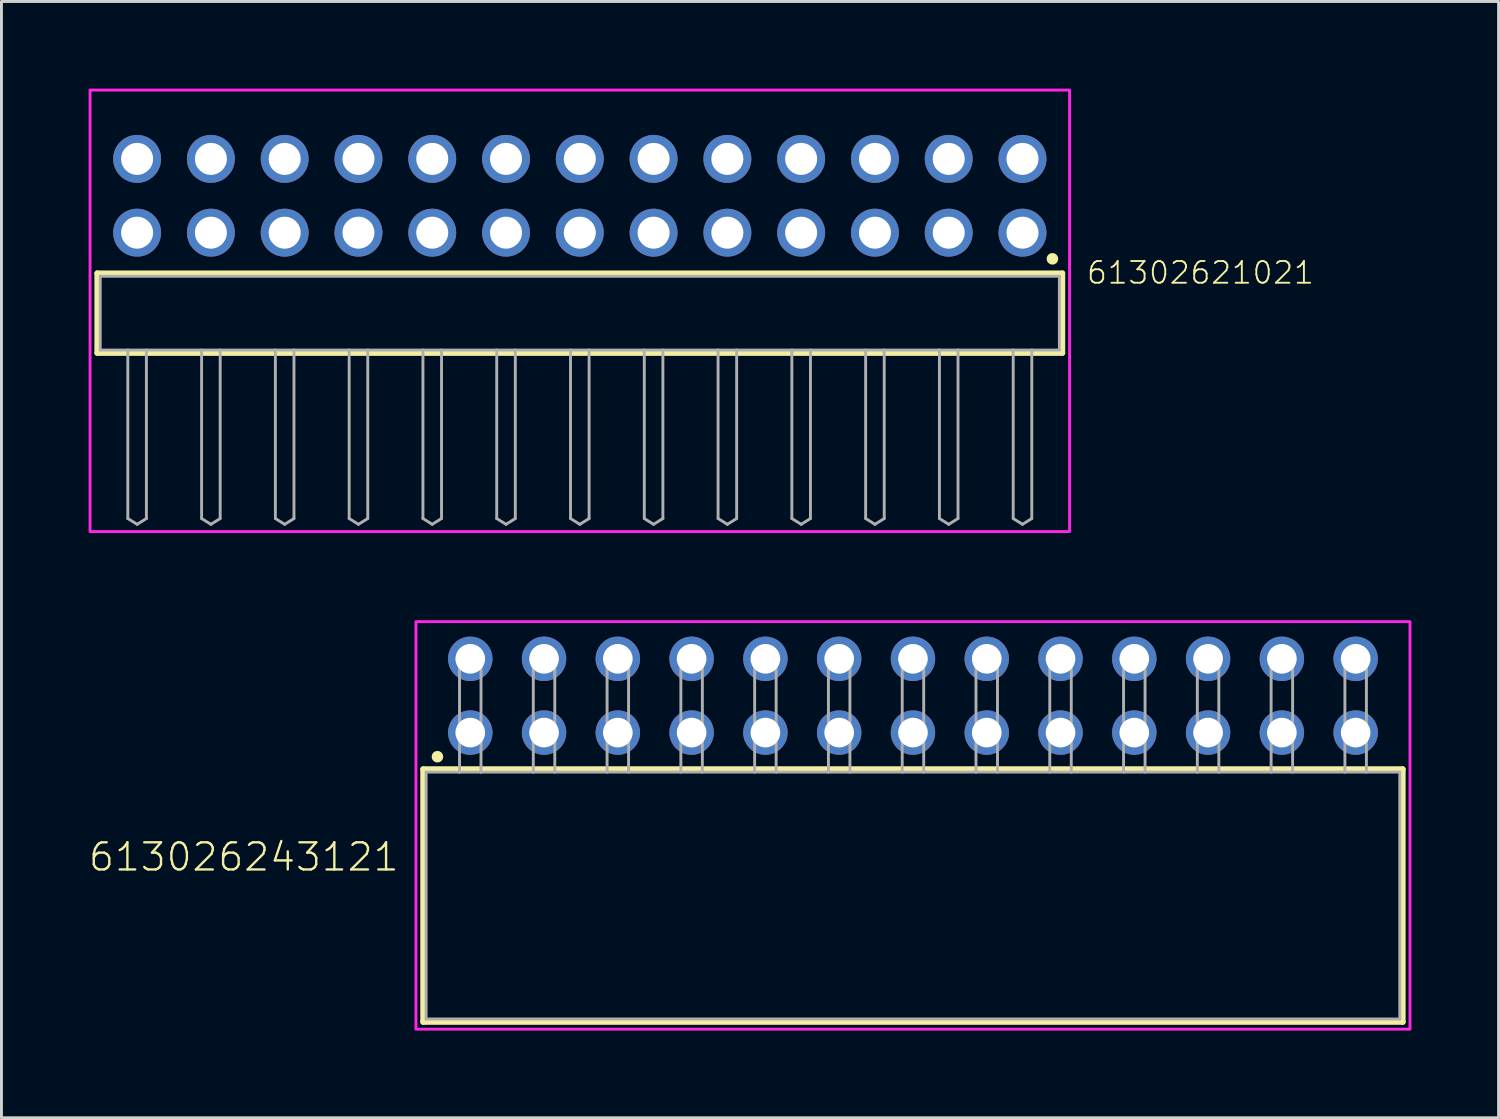
<source format=kicad_pcb>
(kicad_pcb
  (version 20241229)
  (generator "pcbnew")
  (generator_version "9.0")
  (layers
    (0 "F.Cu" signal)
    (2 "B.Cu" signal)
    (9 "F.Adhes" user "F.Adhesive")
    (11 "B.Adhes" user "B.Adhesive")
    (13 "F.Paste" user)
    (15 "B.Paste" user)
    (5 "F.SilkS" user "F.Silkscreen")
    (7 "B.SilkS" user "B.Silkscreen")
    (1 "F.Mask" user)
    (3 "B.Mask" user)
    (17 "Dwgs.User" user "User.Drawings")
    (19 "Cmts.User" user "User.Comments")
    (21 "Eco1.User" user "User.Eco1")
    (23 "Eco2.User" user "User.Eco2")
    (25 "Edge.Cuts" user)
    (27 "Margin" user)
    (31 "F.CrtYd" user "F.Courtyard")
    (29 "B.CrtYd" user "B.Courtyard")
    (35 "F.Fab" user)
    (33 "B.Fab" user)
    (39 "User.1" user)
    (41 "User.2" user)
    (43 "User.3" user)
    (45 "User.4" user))
  (footprint "61302621021"
    (layer "F.Cu")
    (at 16.91 7.73)
    (property "Reference" "61302621021" (at 17.405 -0.952 0) (unlocked yes) (layer "F.SilkS") (effects (font (size 0.748 0.748) (thickness 0.065)) (justify left bottom)))
    (fp_line (start -16.61 -1.37) (end 16.61 -1.37) (stroke (width 0.2) (type solid)) (layer "F.SilkS"))
    (fp_line (start -16.61 1.37) (end -16.61 -1.37) (stroke (width 0.2) (type solid)) (layer "F.SilkS"))
    (fp_line (start 16.61 -1.37) (end 16.61 1.37) (stroke (width 0.2) (type solid)) (layer "F.SilkS"))
    (fp_line (start 16.61 1.37) (end -16.61 1.37) (stroke (width 0.2) (type solid)) (layer "F.SilkS"))
    (fp_circle (center 16.27 -1.87) (end 16.37 -1.87) (stroke (width 0.2) (type solid)) (fill no) (layer "F.SilkS"))
    (fp_poly (pts (xy 16.86 7.52) (xy -16.86 7.52) (xy -16.86 -7.68) (xy 16.86 -7.68)) (stroke (width 0.1) (type default)) (fill no) (layer "F.CrtYd"))
    (fp_line (start -16.51 -1.27) (end 16.51 -1.27) (stroke (width 0.1) (type solid)) (layer "F.Fab"))
    (fp_line (start -16.51 1.27) (end -16.51 -1.27) (stroke (width 0.1) (type solid)) (layer "F.Fab"))
    (fp_line (start -15.56 1.27) (end -15.56 7.07) (stroke (width 0.1) (type solid)) (layer "F.Fab"))
    (fp_line (start -15.56 7.07) (end -15.24 7.27) (stroke (width 0.1) (type solid)) (layer "F.Fab"))
    (fp_line (start -15.24 7.27) (end -14.92 7.07) (stroke (width 0.1) (type solid)) (layer "F.Fab"))
    (fp_line (start -14.92 1.27) (end -14.92 7.07) (stroke (width 0.1) (type solid)) (layer "F.Fab"))
    (fp_line (start -13.02 1.27) (end -13.02 7.07) (stroke (width 0.1) (type solid)) (layer "F.Fab"))
    (fp_line (start -13.02 7.07) (end -12.7 7.27) (stroke (width 0.1) (type solid)) (layer "F.Fab"))
    (fp_line (start -12.7 7.27) (end -12.38 7.07) (stroke (width 0.1) (type solid)) (layer "F.Fab"))
    (fp_line (start -12.38 1.27) (end -12.38 7.07) (stroke (width 0.1) (type solid)) (layer "F.Fab"))
    (fp_line (start -10.48 1.27) (end -10.48 7.07) (stroke (width 0.1) (type solid)) (layer "F.Fab"))
    (fp_line (start -10.48 7.07) (end -10.16 7.27) (stroke (width 0.1) (type solid)) (layer "F.Fab"))
    (fp_line (start -10.16 7.27) (end -9.84 7.07) (stroke (width 0.1) (type solid)) (layer "F.Fab"))
    (fp_line (start -9.84 1.27) (end -9.84 7.07) (stroke (width 0.1) (type solid)) (layer "F.Fab"))
    (fp_line (start -7.94 1.27) (end -7.94 7.07) (stroke (width 0.1) (type solid)) (layer "F.Fab"))
    (fp_line (start -7.94 7.07) (end -7.62 7.27) (stroke (width 0.1) (type solid)) (layer "F.Fab"))
    (fp_line (start -7.62 7.27) (end -7.3 7.07) (stroke (width 0.1) (type solid)) (layer "F.Fab"))
    (fp_line (start -7.3 1.27) (end -7.3 7.07) (stroke (width 0.1) (type solid)) (layer "F.Fab"))
    (fp_line (start -5.4 1.27) (end -5.4 7.07) (stroke (width 0.1) (type solid)) (layer "F.Fab"))
    (fp_line (start -5.4 7.07) (end -5.08 7.27) (stroke (width 0.1) (type solid)) (layer "F.Fab"))
    (fp_line (start -5.08 7.27) (end -4.76 7.07) (stroke (width 0.1) (type solid)) (layer "F.Fab"))
    (fp_line (start -4.76 1.27) (end -4.76 7.07) (stroke (width 0.1) (type solid)) (layer "F.Fab"))
    (fp_line (start -2.86 1.27) (end -2.86 7.07) (stroke (width 0.1) (type solid)) (layer "F.Fab"))
    (fp_line (start -2.86 7.07) (end -2.54 7.27) (stroke (width 0.1) (type solid)) (layer "F.Fab"))
    (fp_line (start -2.54 7.27) (end -2.22 7.07) (stroke (width 0.1) (type solid)) (layer "F.Fab"))
    (fp_line (start -2.22 1.27) (end -2.22 7.07) (stroke (width 0.1) (type solid)) (layer "F.Fab"))
    (fp_line (start -0.32 1.27) (end -0.32 7.07) (stroke (width 0.1) (type solid)) (layer "F.Fab"))
    (fp_line (start -0.32 7.07) (end 0 7.27) (stroke (width 0.1) (type solid)) (layer "F.Fab"))
    (fp_line (start 0 7.27) (end 0.32 7.07) (stroke (width 0.1) (type solid)) (layer "F.Fab"))
    (fp_line (start 0.32 1.27) (end 0.32 7.07) (stroke (width 0.1) (type solid)) (layer "F.Fab"))
    (fp_line (start 2.22 1.27) (end 2.22 7.07) (stroke (width 0.1) (type solid)) (layer "F.Fab"))
    (fp_line (start 2.22 7.07) (end 2.54 7.27) (stroke (width 0.1) (type solid)) (layer "F.Fab"))
    (fp_line (start 2.54 7.27) (end 2.86 7.07) (stroke (width 0.1) (type solid)) (layer "F.Fab"))
    (fp_line (start 2.86 1.27) (end 2.86 7.07) (stroke (width 0.1) (type solid)) (layer "F.Fab"))
    (fp_line (start 4.76 1.27) (end 4.76 7.07) (stroke (width 0.1) (type solid)) (layer "F.Fab"))
    (fp_line (start 4.76 7.07) (end 5.08 7.27) (stroke (width 0.1) (type solid)) (layer "F.Fab"))
    (fp_line (start 5.08 7.27) (end 5.4 7.07) (stroke (width 0.1) (type solid)) (layer "F.Fab"))
    (fp_line (start 5.4 1.27) (end 5.4 7.07) (stroke (width 0.1) (type solid)) (layer "F.Fab"))
    (fp_line (start 7.3 1.27) (end 7.3 7.07) (stroke (width 0.1) (type solid)) (layer "F.Fab"))
    (fp_line (start 7.3 7.07) (end 7.62 7.27) (stroke (width 0.1) (type solid)) (layer "F.Fab"))
    (fp_line (start 7.62 7.27) (end 7.94 7.07) (stroke (width 0.1) (type solid)) (layer "F.Fab"))
    (fp_line (start 7.94 1.27) (end 7.94 7.07) (stroke (width 0.1) (type solid)) (layer "F.Fab"))
    (fp_line (start 9.84 1.27) (end 9.84 7.07) (stroke (width 0.1) (type solid)) (layer "F.Fab"))
    (fp_line (start 9.84 7.07) (end 10.16 7.27) (stroke (width 0.1) (type solid)) (layer "F.Fab"))
    (fp_line (start 10.16 7.27) (end 10.48 7.07) (stroke (width 0.1) (type solid)) (layer "F.Fab"))
    (fp_line (start 10.48 1.27) (end 10.48 7.07) (stroke (width 0.1) (type solid)) (layer "F.Fab"))
    (fp_line (start 12.38 1.27) (end -16.51 1.27) (stroke (width 0.1) (type solid)) (layer "F.Fab"))
    (fp_line (start 12.38 1.27) (end 12.38 7.07) (stroke (width 0.1) (type solid)) (layer "F.Fab"))
    (fp_line (start 12.38 7.07) (end 12.7 7.27) (stroke (width 0.1) (type solid)) (layer "F.Fab"))
    (fp_line (start 12.7 7.27) (end 13.02 7.07) (stroke (width 0.1) (type solid)) (layer "F.Fab"))
    (fp_line (start 13.02 1.27) (end 12.38 1.27) (stroke (width 0.1) (type solid)) (layer "F.Fab"))
    (fp_line (start 13.02 1.27) (end 13.02 7.07) (stroke (width 0.1) (type solid)) (layer "F.Fab"))
    (fp_line (start 14.92 1.27) (end 14.92 7.07) (stroke (width 0.1) (type solid)) (layer "F.Fab"))
    (fp_line (start 14.92 7.07) (end 15.24 7.27) (stroke (width 0.1) (type solid)) (layer "F.Fab"))
    (fp_line (start 15.24 7.27) (end 15.56 7.07) (stroke (width 0.1) (type solid)) (layer "F.Fab"))
    (fp_line (start 15.56 1.27) (end 15.56 7.07) (stroke (width 0.1) (type solid)) (layer "F.Fab"))
    (fp_line (start 16.51 -1.27) (end 16.51 1.27) (stroke (width 0.1) (type solid)) (layer "F.Fab"))
    (fp_line (start 16.51 1.27) (end 13.02 1.27) (stroke (width 0.1) (type solid)) (layer "F.Fab"))
    (pad "1" thru_hole circle (at 15.24 -2.77) (size 1.65 1.65) (drill 1.1) (layers "*.Cu" "*.Mask"))
    (pad "2" thru_hole circle (at 15.24 -5.31) (size 1.65 1.65) (drill 1.1) (layers "*.Cu" "*.Mask"))
    (pad "3" thru_hole circle (at 12.7 -2.77) (size 1.65 1.65) (drill 1.1) (layers "*.Cu" "*.Mask"))
    (pad "4" thru_hole circle (at 12.7 -5.31) (size 1.65 1.65) (drill 1.1) (layers "*.Cu" "*.Mask"))
    (pad "5" thru_hole circle (at 10.16 -2.77) (size 1.65 1.65) (drill 1.1) (layers "*.Cu" "*.Mask"))
    (pad "6" thru_hole circle (at 10.16 -5.31) (size 1.65 1.65) (drill 1.1) (layers "*.Cu" "*.Mask"))
    (pad "7" thru_hole circle (at 7.62 -2.77) (size 1.65 1.65) (drill 1.1) (layers "*.Cu" "*.Mask"))
    (pad "8" thru_hole circle (at 7.62 -5.31) (size 1.65 1.65) (drill 1.1) (layers "*.Cu" "*.Mask"))
    (pad "9" thru_hole circle (at 5.08 -2.77) (size 1.65 1.65) (drill 1.1) (layers "*.Cu" "*.Mask"))
    (pad "10" thru_hole circle (at 5.08 -5.31) (size 1.65 1.65) (drill 1.1) (layers "*.Cu" "*.Mask"))
    (pad "11" thru_hole circle (at 2.54 -2.77) (size 1.65 1.65) (drill 1.1) (layers "*.Cu" "*.Mask"))
    (pad "12" thru_hole circle (at 2.54 -5.31) (size 1.65 1.65) (drill 1.1) (layers "*.Cu" "*.Mask"))
    (pad "13" thru_hole circle (at 0 -2.77) (size 1.65 1.65) (drill 1.1) (layers "*.Cu" "*.Mask"))
    (pad "14" thru_hole circle (at 0 -5.31) (size 1.65 1.65) (drill 1.1) (layers "*.Cu" "*.Mask"))
    (pad "15" thru_hole circle (at -2.54 -2.77) (size 1.65 1.65) (drill 1.1) (layers "*.Cu" "*.Mask"))
    (pad "16" thru_hole circle (at -2.54 -5.31) (size 1.65 1.65) (drill 1.1) (layers "*.Cu" "*.Mask"))
    (pad "17" thru_hole circle (at -5.08 -2.77) (size 1.65 1.65) (drill 1.1) (layers "*.Cu" "*.Mask"))
    (pad "18" thru_hole circle (at -5.08 -5.31) (size 1.65 1.65) (drill 1.1) (layers "*.Cu" "*.Mask"))
    (pad "19" thru_hole circle (at -7.62 -2.77) (size 1.65 1.65) (drill 1.1) (layers "*.Cu" "*.Mask"))
    (pad "20" thru_hole circle (at -7.62 -5.31) (size 1.65 1.65) (drill 1.1) (layers "*.Cu" "*.Mask"))
    (pad "21" thru_hole circle (at -10.16 -2.77) (size 1.65 1.65) (drill 1.1) (layers "*.Cu" "*.Mask"))
    (pad "22" thru_hole circle (at -10.16 -5.31) (size 1.65 1.65) (drill 1.1) (layers "*.Cu" "*.Mask"))
    (pad "23" thru_hole circle (at -12.7 -2.77) (size 1.65 1.65) (drill 1.1) (layers "*.Cu" "*.Mask"))
    (pad "24" thru_hole circle (at -12.7 -5.31) (size 1.65 1.65) (drill 1.1) (layers "*.Cu" "*.Mask"))
    (pad "25" thru_hole circle (at -15.24 -2.77) (size 1.65 1.65) (drill 1.1) (layers "*.Cu" "*.Mask"))
    (pad "26" thru_hole circle (at -15.24 -5.31) (size 1.65 1.65) (drill 1.1) (layers "*.Cu" "*.Mask")))
  (footprint "613026243121"
    (layer "F.Cu")
    (at 28.379 27.78)
    (property "Reference" "613026243121" (at -17.64 -0.78 0) (unlocked yes) (layer "F.SilkS") (effects (font (size 0.935 0.935) (thickness 0.081)) (justify right bottom)))
    (fp_line (start -16.86 -4.35) (end 16.86 -4.35) (stroke (width 0.2) (type solid)) (layer "F.SilkS"))
    (fp_line (start -16.86 4.35) (end -16.86 -4.35) (stroke (width 0.2) (type solid)) (layer "F.SilkS"))
    (fp_line (start 16.86 -4.35) (end 16.86 4.35) (stroke (width 0.2) (type solid)) (layer "F.SilkS"))
    (fp_line (start 16.86 4.35) (end -16.86 4.35) (stroke (width 0.2) (type solid)) (layer "F.SilkS"))
    (fp_circle (center -16.37 -4.78) (end -16.27 -4.78) (stroke (width 0.2) (type solid)) (fill no) (layer "F.SilkS"))
    (fp_poly (pts (xy 17.11 4.6) (xy -17.11 4.6) (xy -17.11 -9.43) (xy 17.11 -9.43)) (stroke (width 0.1) (type default)) (fill no) (layer "F.CrtYd"))
    (fp_line (start -16.76 -4.25) (end -16.76 4.25) (stroke (width 0.1) (type solid)) (layer "F.Fab"))
    (fp_line (start -15.61 -8.35) (end -14.87 -8.35) (stroke (width 0.1) (type solid)) (layer "F.Fab"))
    (fp_line (start -15.61 -4.25) (end -16.76 -4.25) (stroke (width 0.1) (type solid)) (layer "F.Fab"))
    (fp_line (start -15.61 -4.25) (end -15.61 -8.35) (stroke (width 0.1) (type solid)) (layer "F.Fab"))
    (fp_line (start -14.87 -8.35) (end -14.87 -4.25) (stroke (width 0.1) (type solid)) (layer "F.Fab"))
    (fp_line (start -14.87 -4.25) (end -15.61 -4.25) (stroke (width 0.1) (type solid)) (layer "F.Fab"))
    (fp_line (start -13.07 -8.35) (end -12.33 -8.35) (stroke (width 0.1) (type solid)) (layer "F.Fab"))
    (fp_line (start -13.07 -4.25) (end -13.07 -8.35) (stroke (width 0.1) (type solid)) (layer "F.Fab"))
    (fp_line (start -12.33 -8.35) (end -12.33 -4.25) (stroke (width 0.1) (type solid)) (layer "F.Fab"))
    (fp_line (start -10.53 -8.35) (end -9.79 -8.35) (stroke (width 0.1) (type solid)) (layer "F.Fab"))
    (fp_line (start -10.53 -4.25) (end -10.53 -8.35) (stroke (width 0.1) (type solid)) (layer "F.Fab"))
    (fp_line (start -9.79 -8.35) (end -9.79 -4.25) (stroke (width 0.1) (type solid)) (layer "F.Fab"))
    (fp_line (start -7.99 -8.35) (end -7.25 -8.35) (stroke (width 0.1) (type solid)) (layer "F.Fab"))
    (fp_line (start -7.99 -4.25) (end -7.99 -8.35) (stroke (width 0.1) (type solid)) (layer "F.Fab"))
    (fp_line (start -7.25 -8.35) (end -7.25 -4.25) (stroke (width 0.1) (type solid)) (layer "F.Fab"))
    (fp_line (start -5.45 -8.35) (end -4.71 -8.35) (stroke (width 0.1) (type solid)) (layer "F.Fab"))
    (fp_line (start -5.45 -4.25) (end -5.45 -8.35) (stroke (width 0.1) (type solid)) (layer "F.Fab"))
    (fp_line (start -4.71 -8.35) (end -4.71 -4.25) (stroke (width 0.1) (type solid)) (layer "F.Fab"))
    (fp_line (start -2.91 -8.35) (end -2.17 -8.35) (stroke (width 0.1) (type solid)) (layer "F.Fab"))
    (fp_line (start -2.91 -4.25) (end -2.91 -8.35) (stroke (width 0.1) (type solid)) (layer "F.Fab"))
    (fp_line (start -2.17 -8.35) (end -2.17 -4.25) (stroke (width 0.1) (type solid)) (layer "F.Fab"))
    (fp_line (start -0.37 -8.35) (end 0.37 -8.35) (stroke (width 0.1) (type solid)) (layer "F.Fab"))
    (fp_line (start -0.37 -4.25) (end -0.37 -8.35) (stroke (width 0.1) (type solid)) (layer "F.Fab"))
    (fp_line (start 0.37 -8.35) (end 0.37 -4.25) (stroke (width 0.1) (type solid)) (layer "F.Fab"))
    (fp_line (start 2.17 -8.35) (end 2.91 -8.35) (stroke (width 0.1) (type solid)) (layer "F.Fab"))
    (fp_line (start 2.17 -4.25) (end 2.17 -8.35) (stroke (width 0.1) (type solid)) (layer "F.Fab"))
    (fp_line (start 2.91 -8.35) (end 2.91 -4.25) (stroke (width 0.1) (type solid)) (layer "F.Fab"))
    (fp_line (start 4.71 -8.35) (end 5.45 -8.35) (stroke (width 0.1) (type solid)) (layer "F.Fab"))
    (fp_line (start 4.71 -4.25) (end 4.71 -8.35) (stroke (width 0.1) (type solid)) (layer "F.Fab"))
    (fp_line (start 5.45 -8.35) (end 5.45 -4.25) (stroke (width 0.1) (type solid)) (layer "F.Fab"))
    (fp_line (start 7.25 -8.35) (end 7.99 -8.35) (stroke (width 0.1) (type solid)) (layer "F.Fab"))
    (fp_line (start 7.25 -4.25) (end 7.25 -8.35) (stroke (width 0.1) (type solid)) (layer "F.Fab"))
    (fp_line (start 7.99 -8.35) (end 7.99 -4.25) (stroke (width 0.1) (type solid)) (layer "F.Fab"))
    (fp_line (start 9.79 -8.35) (end 10.53 -8.35) (stroke (width 0.1) (type solid)) (layer "F.Fab"))
    (fp_line (start 9.79 -4.25) (end 9.79 -8.35) (stroke (width 0.1) (type solid)) (layer "F.Fab"))
    (fp_line (start 10.53 -8.35) (end 10.53 -4.25) (stroke (width 0.1) (type solid)) (layer "F.Fab"))
    (fp_line (start 12.33 -8.35) (end 13.07 -8.35) (stroke (width 0.1) (type solid)) (layer "F.Fab"))
    (fp_line (start 12.33 -4.25) (end 12.33 -8.35) (stroke (width 0.1) (type solid)) (layer "F.Fab"))
    (fp_line (start 13.07 -8.35) (end 13.07 -4.25) (stroke (width 0.1) (type solid)) (layer "F.Fab"))
    (fp_line (start 14.87 -8.35) (end 15.61 -8.35) (stroke (width 0.1) (type solid)) (layer "F.Fab"))
    (fp_line (start 14.87 -4.25) (end 14.87 -8.35) (stroke (width 0.1) (type solid)) (layer "F.Fab"))
    (fp_line (start 15.61 -8.35) (end 15.61 -4.25) (stroke (width 0.1) (type solid)) (layer "F.Fab"))
    (fp_line (start 16.76 -4.25) (end -14.87 -4.25) (stroke (width 0.1) (type solid)) (layer "F.Fab"))
    (fp_line (start 16.76 4.25) (end -16.76 4.25) (stroke (width 0.1) (type solid)) (layer "F.Fab"))
    (fp_line (start 16.76 4.25) (end 16.76 -4.25) (stroke (width 0.1) (type solid)) (layer "F.Fab"))
    (pad "1" thru_hole circle (at -15.24 -5.61 180) (size 1.53 1.53) (drill 1.02) (layers "*.Cu" "*.Mask"))
    (pad "2" thru_hole circle (at -15.24 -8.15 180) (size 1.53 1.53) (drill 1.02) (layers "*.Cu" "*.Mask"))
    (pad "3" thru_hole circle (at -12.7 -5.61 180) (size 1.53 1.53) (drill 1.02) (layers "*.Cu" "*.Mask"))
    (pad "4" thru_hole circle (at -12.7 -8.15 180) (size 1.53 1.53) (drill 1.02) (layers "*.Cu" "*.Mask"))
    (pad "5" thru_hole circle (at -10.16 -5.61 180) (size 1.53 1.53) (drill 1.02) (layers "*.Cu" "*.Mask"))
    (pad "6" thru_hole circle (at -10.16 -8.15 180) (size 1.53 1.53) (drill 1.02) (layers "*.Cu" "*.Mask"))
    (pad "7" thru_hole circle (at -7.62 -5.61 180) (size 1.53 1.53) (drill 1.02) (layers "*.Cu" "*.Mask"))
    (pad "8" thru_hole circle (at -7.62 -8.15 180) (size 1.53 1.53) (drill 1.02) (layers "*.Cu" "*.Mask"))
    (pad "9" thru_hole circle (at -5.08 -5.61 180) (size 1.53 1.53) (drill 1.02) (layers "*.Cu" "*.Mask"))
    (pad "10" thru_hole circle (at -5.08 -8.15 180) (size 1.53 1.53) (drill 1.02) (layers "*.Cu" "*.Mask"))
    (pad "11" thru_hole circle (at -2.54 -5.61 180) (size 1.53 1.53) (drill 1.02) (layers "*.Cu" "*.Mask"))
    (pad "12" thru_hole circle (at -2.54 -8.15 180) (size 1.53 1.53) (drill 1.02) (layers "*.Cu" "*.Mask"))
    (pad "13" thru_hole circle (at 0 -5.61 180) (size 1.53 1.53) (drill 1.02) (layers "*.Cu" "*.Mask"))
    (pad "14" thru_hole circle (at 0 -8.15 180) (size 1.53 1.53) (drill 1.02) (layers "*.Cu" "*.Mask"))
    (pad "15" thru_hole circle (at 2.54 -5.61 180) (size 1.53 1.53) (drill 1.02) (layers "*.Cu" "*.Mask"))
    (pad "16" thru_hole circle (at 2.54 -8.15 180) (size 1.53 1.53) (drill 1.02) (layers "*.Cu" "*.Mask"))
    (pad "17" thru_hole circle (at 5.08 -5.61 180) (size 1.53 1.53) (drill 1.02) (layers "*.Cu" "*.Mask"))
    (pad "18" thru_hole circle (at 5.08 -8.15 180) (size 1.53 1.53) (drill 1.02) (layers "*.Cu" "*.Mask"))
    (pad "19" thru_hole circle (at 7.62 -5.61 180) (size 1.53 1.53) (drill 1.02) (layers "*.Cu" "*.Mask"))
    (pad "20" thru_hole circle (at 7.62 -8.15 180) (size 1.53 1.53) (drill 1.02) (layers "*.Cu" "*.Mask"))
    (pad "21" thru_hole circle (at 10.16 -5.61 180) (size 1.53 1.53) (drill 1.02) (layers "*.Cu" "*.Mask"))
    (pad "22" thru_hole circle (at 10.16 -8.15 180) (size 1.53 1.53) (drill 1.02) (layers "*.Cu" "*.Mask"))
    (pad "23" thru_hole circle (at 12.7 -5.61 180) (size 1.53 1.53) (drill 1.02) (layers "*.Cu" "*.Mask"))
    (pad "24" thru_hole circle (at 12.7 -8.15 180) (size 1.53 1.53) (drill 1.02) (layers "*.Cu" "*.Mask"))
    (pad "25" thru_hole circle (at 15.24 -5.61 180) (size 1.53 1.53) (drill 1.02) (layers "*.Cu" "*.Mask"))
    (pad "26" thru_hole circle (at 15.24 -8.15 180) (size 1.53 1.53) (drill 1.02) (layers "*.Cu" "*.Mask")))
  (gr_rect
    (start -3 -3)
    (end 48.539 35.43)
    (stroke (width 0.1) (type default))
    (fill no)
    (layer "Edge.Cuts")))
</source>
